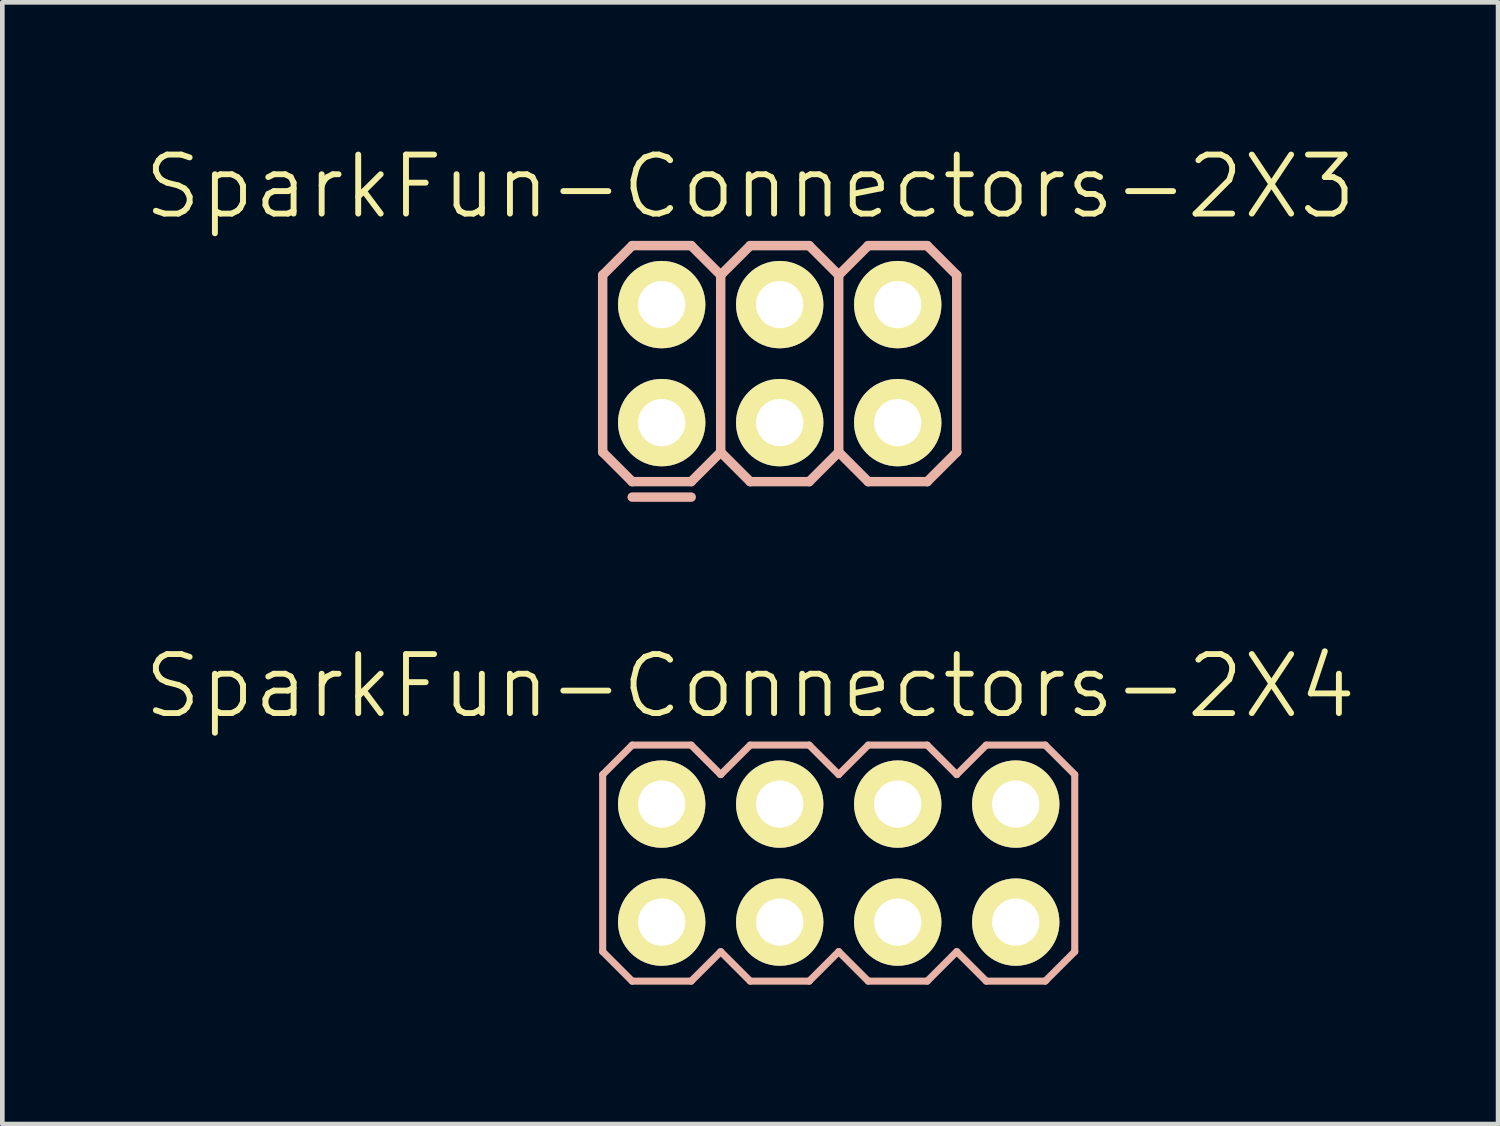
<source format=kicad_pcb>
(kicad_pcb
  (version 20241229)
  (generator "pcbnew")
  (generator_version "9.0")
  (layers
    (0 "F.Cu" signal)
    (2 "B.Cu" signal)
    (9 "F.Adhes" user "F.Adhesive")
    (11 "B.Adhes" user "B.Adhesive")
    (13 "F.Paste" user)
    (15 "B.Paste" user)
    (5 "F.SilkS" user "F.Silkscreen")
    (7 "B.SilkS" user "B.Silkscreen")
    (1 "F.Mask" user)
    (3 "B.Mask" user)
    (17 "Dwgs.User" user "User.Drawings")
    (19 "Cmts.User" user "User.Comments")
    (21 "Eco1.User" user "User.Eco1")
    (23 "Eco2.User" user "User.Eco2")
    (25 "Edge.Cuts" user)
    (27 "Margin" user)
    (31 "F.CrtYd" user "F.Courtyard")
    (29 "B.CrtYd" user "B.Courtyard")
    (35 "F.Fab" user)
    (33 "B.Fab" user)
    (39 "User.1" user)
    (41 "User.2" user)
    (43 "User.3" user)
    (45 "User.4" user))
  (footprint "SparkFun-Connectors-2X3"
    (layer "F.Cu")
    (at 11.191 6.046)
    (property "Reference" "SparkFun-Connectors-2X3" (at 1.905 -5.08 0) (layer "F.SilkS") (effects (font (size 1.27 1.27) (thickness 0.127))))
    (attr exclude_from_pos_files exclude_from_bom)
    (fp_line (start -0.254 -2.794) (end 0.254 -2.794) (stroke (width 0.066) (type solid)) (layer "F.SilkS"))
    (fp_line (start -0.254 -2.286) (end -0.254 -2.794) (stroke (width 0.066) (type solid)) (layer "F.SilkS"))
    (fp_line (start -0.254 -2.286) (end 0.254 -2.286) (stroke (width 0.066) (type solid)) (layer "F.SilkS"))
    (fp_line (start -0.254 -0.254) (end 0.254 -0.254) (stroke (width 0.066) (type solid)) (layer "F.SilkS"))
    (fp_line (start -0.254 0.254) (end -0.254 -0.254) (stroke (width 0.066) (type solid)) (layer "F.SilkS"))
    (fp_line (start -0.254 0.254) (end 0.254 0.254) (stroke (width 0.066) (type solid)) (layer "F.SilkS"))
    (fp_line (start 0.254 -2.286) (end 0.254 -2.794) (stroke (width 0.066) (type solid)) (layer "F.SilkS"))
    (fp_line (start 0.254 0.254) (end 0.254 -0.254) (stroke (width 0.066) (type solid)) (layer "F.SilkS"))
    (fp_line (start 2.286 -2.794) (end 2.794 -2.794) (stroke (width 0.066) (type solid)) (layer "F.SilkS"))
    (fp_line (start 2.286 -2.286) (end 2.286 -2.794) (stroke (width 0.066) (type solid)) (layer "F.SilkS"))
    (fp_line (start 2.286 -2.286) (end 2.794 -2.286) (stroke (width 0.066) (type solid)) (layer "F.SilkS"))
    (fp_line (start 2.286 -0.254) (end 2.794 -0.254) (stroke (width 0.066) (type solid)) (layer "F.SilkS"))
    (fp_line (start 2.286 0.254) (end 2.286 -0.254) (stroke (width 0.066) (type solid)) (layer "F.SilkS"))
    (fp_line (start 2.286 0.254) (end 2.794 0.254) (stroke (width 0.066) (type solid)) (layer "F.SilkS"))
    (fp_line (start 2.794 -2.286) (end 2.794 -2.794) (stroke (width 0.066) (type solid)) (layer "F.SilkS"))
    (fp_line (start 2.794 0.254) (end 2.794 -0.254) (stroke (width 0.066) (type solid)) (layer "F.SilkS"))
    (fp_line (start 4.826 -2.794) (end 5.334 -2.794) (stroke (width 0.066) (type solid)) (layer "F.SilkS"))
    (fp_line (start 4.826 -2.286) (end 4.826 -2.794) (stroke (width 0.066) (type solid)) (layer "F.SilkS"))
    (fp_line (start 4.826 -2.286) (end 5.334 -2.286) (stroke (width 0.066) (type solid)) (layer "F.SilkS"))
    (fp_line (start 4.826 -0.254) (end 5.334 -0.254) (stroke (width 0.066) (type solid)) (layer "F.SilkS"))
    (fp_line (start 4.826 0.254) (end 4.826 -0.254) (stroke (width 0.066) (type solid)) (layer "F.SilkS"))
    (fp_line (start 4.826 0.254) (end 5.334 0.254) (stroke (width 0.066) (type solid)) (layer "F.SilkS"))
    (fp_line (start 5.334 -2.286) (end 5.334 -2.794) (stroke (width 0.066) (type solid)) (layer "F.SilkS"))
    (fp_line (start 5.334 0.254) (end 5.334 -0.254) (stroke (width 0.066) (type solid)) (layer "F.SilkS"))
    (fp_line (start -1.27 -3.175) (end -0.635 -3.81) (stroke (width 0.203) (type solid)) (layer "B.SilkS"))
    (fp_line (start -1.27 0.635) (end -1.27 -3.175) (stroke (width 0.203) (type solid)) (layer "B.SilkS"))
    (fp_line (start -1.27 0.635) (end -0.635 1.27) (stroke (width 0.203) (type solid)) (layer "B.SilkS"))
    (fp_line (start -0.635 -3.81) (end 0.635 -3.81) (stroke (width 0.203) (type solid)) (layer "B.SilkS"))
    (fp_line (start -0.635 1.27) (end 0.635 1.27) (stroke (width 0.203) (type solid)) (layer "B.SilkS"))
    (fp_line (start 0.635 -3.81) (end 1.27 -3.175) (stroke (width 0.203) (type solid)) (layer "B.SilkS"))
    (fp_line (start 0.635 1.27) (end 1.27 0.635) (stroke (width 0.203) (type solid)) (layer "B.SilkS"))
    (fp_line (start 0.635 1.603) (end -0.635 1.603) (stroke (width 0.203) (type solid)) (layer "B.SilkS"))
    (fp_line (start 1.27 -3.175) (end 1.27 0.635) (stroke (width 0.203) (type solid)) (layer "B.SilkS"))
    (fp_line (start 1.27 -3.175) (end 1.905 -3.81) (stroke (width 0.203) (type solid)) (layer "B.SilkS"))
    (fp_line (start 1.27 0.635) (end 1.905 1.27) (stroke (width 0.203) (type solid)) (layer "B.SilkS"))
    (fp_line (start 1.905 -3.81) (end 3.175 -3.81) (stroke (width 0.203) (type solid)) (layer "B.SilkS"))
    (fp_line (start 1.905 1.27) (end 3.175 1.27) (stroke (width 0.203) (type solid)) (layer "B.SilkS"))
    (fp_line (start 3.175 -3.81) (end 3.81 -3.175) (stroke (width 0.203) (type solid)) (layer "B.SilkS"))
    (fp_line (start 3.175 1.27) (end 3.81 0.635) (stroke (width 0.203) (type solid)) (layer "B.SilkS"))
    (fp_line (start 3.81 -3.175) (end 3.81 0.635) (stroke (width 0.203) (type solid)) (layer "B.SilkS"))
    (fp_line (start 3.81 -3.175) (end 4.445 -3.81) (stroke (width 0.203) (type solid)) (layer "B.SilkS"))
    (fp_line (start 3.81 0.635) (end 4.445 1.27) (stroke (width 0.203) (type solid)) (layer "B.SilkS"))
    (fp_line (start 4.445 -3.81) (end 5.715 -3.81) (stroke (width 0.203) (type solid)) (layer "B.SilkS"))
    (fp_line (start 4.445 1.27) (end 5.715 1.27) (stroke (width 0.203) (type solid)) (layer "B.SilkS"))
    (fp_line (start 5.715 -3.81) (end 6.35 -3.175) (stroke (width 0.203) (type solid)) (layer "B.SilkS"))
    (fp_line (start 5.715 1.27) (end 6.35 0.635) (stroke (width 0.203) (type solid)) (layer "B.SilkS"))
    (fp_line (start 6.35 -3.175) (end 6.35 0.635) (stroke (width 0.203) (type solid)) (layer "B.SilkS"))
    (pad "1" thru_hole circle (at 0 0) (size 1.88 1.88) (drill 1.016) (layers "*.Cu" "F.Mask" "F.SilkS" "F.Paste"))
    (pad "2" thru_hole circle (at 0 -2.54) (size 1.88 1.88) (drill 1.016) (layers "*.Cu" "F.Mask" "F.SilkS" "F.Paste"))
    (pad "3" thru_hole circle (at 2.54 0) (size 1.88 1.88) (drill 1.016) (layers "*.Cu" "F.Mask" "F.SilkS" "F.Paste"))
    (pad "4" thru_hole circle (at 2.54 -2.54) (size 1.88 1.88) (drill 1.016) (layers "*.Cu" "F.Mask" "F.SilkS" "F.Paste"))
    (pad "5" thru_hole circle (at 5.08 0) (size 1.88 1.88) (drill 1.016) (layers "*.Cu" "F.Mask" "F.SilkS" "F.Paste"))
    (pad "6" thru_hole circle (at 5.08 -2.54) (size 1.88 1.88) (drill 1.016) (layers "*.Cu" "F.Mask" "F.SilkS" "F.Paste")))
  (footprint "SparkFun-Connectors-2X4"
    (layer "F.Cu")
    (at 15.001 15.526)
    (property "Reference" "SparkFun-Connectors-2X4" (at -1.905 -3.81 0) (layer "F.SilkS") (effects (font (size 1.27 1.27) (thickness 0.127))))
    (attr exclude_from_pos_files exclude_from_bom)
    (fp_line (start -4.064 -1.524) (end -3.556 -1.524) (stroke (width 0.066) (type solid)) (layer "F.SilkS"))
    (fp_line (start -4.064 -1.016) (end -4.064 -1.524) (stroke (width 0.066) (type solid)) (layer "F.SilkS"))
    (fp_line (start -4.064 -1.016) (end -3.556 -1.016) (stroke (width 0.066) (type solid)) (layer "F.SilkS"))
    (fp_line (start -4.064 1.016) (end -3.556 1.016) (stroke (width 0.066) (type solid)) (layer "F.SilkS"))
    (fp_line (start -4.064 1.524) (end -4.064 1.016) (stroke (width 0.066) (type solid)) (layer "F.SilkS"))
    (fp_line (start -4.064 1.524) (end -3.556 1.524) (stroke (width 0.066) (type solid)) (layer "F.SilkS"))
    (fp_line (start -3.556 -1.016) (end -3.556 -1.524) (stroke (width 0.066) (type solid)) (layer "F.SilkS"))
    (fp_line (start -3.556 1.524) (end -3.556 1.016) (stroke (width 0.066) (type solid)) (layer "F.SilkS"))
    (fp_line (start -1.524 -1.524) (end -1.016 -1.524) (stroke (width 0.066) (type solid)) (layer "F.SilkS"))
    (fp_line (start -1.524 -1.016) (end -1.524 -1.524) (stroke (width 0.066) (type solid)) (layer "F.SilkS"))
    (fp_line (start -1.524 -1.016) (end -1.016 -1.016) (stroke (width 0.066) (type solid)) (layer "F.SilkS"))
    (fp_line (start -1.524 1.016) (end -1.016 1.016) (stroke (width 0.066) (type solid)) (layer "F.SilkS"))
    (fp_line (start -1.524 1.524) (end -1.524 1.016) (stroke (width 0.066) (type solid)) (layer "F.SilkS"))
    (fp_line (start -1.524 1.524) (end -1.016 1.524) (stroke (width 0.066) (type solid)) (layer "F.SilkS"))
    (fp_line (start -1.016 -1.016) (end -1.016 -1.524) (stroke (width 0.066) (type solid)) (layer "F.SilkS"))
    (fp_line (start -1.016 1.524) (end -1.016 1.016) (stroke (width 0.066) (type solid)) (layer "F.SilkS"))
    (fp_line (start 1.016 -1.524) (end 1.524 -1.524) (stroke (width 0.066) (type solid)) (layer "F.SilkS"))
    (fp_line (start 1.016 -1.016) (end 1.016 -1.524) (stroke (width 0.066) (type solid)) (layer "F.SilkS"))
    (fp_line (start 1.016 -1.016) (end 1.524 -1.016) (stroke (width 0.066) (type solid)) (layer "F.SilkS"))
    (fp_line (start 1.016 1.016) (end 1.524 1.016) (stroke (width 0.066) (type solid)) (layer "F.SilkS"))
    (fp_line (start 1.016 1.524) (end 1.016 1.016) (stroke (width 0.066) (type solid)) (layer "F.SilkS"))
    (fp_line (start 1.016 1.524) (end 1.524 1.524) (stroke (width 0.066) (type solid)) (layer "F.SilkS"))
    (fp_line (start 1.524 -1.016) (end 1.524 -1.524) (stroke (width 0.066) (type solid)) (layer "F.SilkS"))
    (fp_line (start 1.524 1.524) (end 1.524 1.016) (stroke (width 0.066) (type solid)) (layer "F.SilkS"))
    (fp_line (start 3.556 -1.524) (end 4.064 -1.524) (stroke (width 0.066) (type solid)) (layer "F.SilkS"))
    (fp_line (start 3.556 -1.016) (end 3.556 -1.524) (stroke (width 0.066) (type solid)) (layer "F.SilkS"))
    (fp_line (start 3.556 -1.016) (end 4.064 -1.016) (stroke (width 0.066) (type solid)) (layer "F.SilkS"))
    (fp_line (start 3.556 1.016) (end 4.064 1.016) (stroke (width 0.066) (type solid)) (layer "F.SilkS"))
    (fp_line (start 3.556 1.524) (end 3.556 1.016) (stroke (width 0.066) (type solid)) (layer "F.SilkS"))
    (fp_line (start 3.556 1.524) (end 4.064 1.524) (stroke (width 0.066) (type solid)) (layer "F.SilkS"))
    (fp_line (start 4.064 -1.016) (end 4.064 -1.524) (stroke (width 0.066) (type solid)) (layer "F.SilkS"))
    (fp_line (start 4.064 1.524) (end 4.064 1.016) (stroke (width 0.066) (type solid)) (layer "F.SilkS"))
    (fp_line (start -5.08 -1.905) (end -4.445 -2.54) (stroke (width 0.152) (type solid)) (layer "B.SilkS"))
    (fp_line (start -5.08 1.905) (end -5.08 -1.905) (stroke (width 0.152) (type solid)) (layer "B.SilkS"))
    (fp_line (start -5.08 1.905) (end -4.445 2.54) (stroke (width 0.152) (type solid)) (layer "B.SilkS"))
    (fp_line (start -4.445 -2.54) (end -3.175 -2.54) (stroke (width 0.152) (type solid)) (layer "B.SilkS"))
    (fp_line (start -4.445 2.54) (end -3.175 2.54) (stroke (width 0.152) (type solid)) (layer "B.SilkS"))
    (fp_line (start -3.175 -2.54) (end -2.54 -1.905) (stroke (width 0.152) (type solid)) (layer "B.SilkS"))
    (fp_line (start -3.175 2.54) (end -2.54 1.905) (stroke (width 0.152) (type solid)) (layer "B.SilkS"))
    (fp_line (start -2.54 -1.905) (end -1.905 -2.54) (stroke (width 0.152) (type solid)) (layer "B.SilkS"))
    (fp_line (start -2.54 1.905) (end -1.905 2.54) (stroke (width 0.152) (type solid)) (layer "B.SilkS"))
    (fp_line (start -1.905 -2.54) (end -0.635 -2.54) (stroke (width 0.152) (type solid)) (layer "B.SilkS"))
    (fp_line (start -1.905 2.54) (end -0.635 2.54) (stroke (width 0.152) (type solid)) (layer "B.SilkS"))
    (fp_line (start -0.635 -2.54) (end 0 -1.905) (stroke (width 0.152) (type solid)) (layer "B.SilkS"))
    (fp_line (start -0.635 2.54) (end 0 1.905) (stroke (width 0.152) (type solid)) (layer "B.SilkS"))
    (fp_line (start 0 -1.905) (end 0.635 -2.54) (stroke (width 0.152) (type solid)) (layer "B.SilkS"))
    (fp_line (start 0 1.905) (end 0.635 2.54) (stroke (width 0.152) (type solid)) (layer "B.SilkS"))
    (fp_line (start 0.635 -2.54) (end 1.905 -2.54) (stroke (width 0.152) (type solid)) (layer "B.SilkS"))
    (fp_line (start 0.635 2.54) (end 1.905 2.54) (stroke (width 0.152) (type solid)) (layer "B.SilkS"))
    (fp_line (start 1.905 -2.54) (end 2.54 -1.905) (stroke (width 0.152) (type solid)) (layer "B.SilkS"))
    (fp_line (start 1.905 2.54) (end 2.54 1.905) (stroke (width 0.152) (type solid)) (layer "B.SilkS"))
    (fp_line (start 2.54 -1.905) (end 3.175 -2.54) (stroke (width 0.152) (type solid)) (layer "B.SilkS"))
    (fp_line (start 2.54 1.905) (end 3.175 2.54) (stroke (width 0.152) (type solid)) (layer "B.SilkS"))
    (fp_line (start 3.175 -2.54) (end 4.445 -2.54) (stroke (width 0.152) (type solid)) (layer "B.SilkS"))
    (fp_line (start 3.175 2.54) (end 4.445 2.54) (stroke (width 0.152) (type solid)) (layer "B.SilkS"))
    (fp_line (start 4.445 -2.54) (end 5.08 -1.905) (stroke (width 0.152) (type solid)) (layer "B.SilkS"))
    (fp_line (start 4.445 2.54) (end 5.08 1.905) (stroke (width 0.152) (type solid)) (layer "B.SilkS"))
    (fp_line (start 5.08 -1.905) (end 5.08 1.905) (stroke (width 0.152) (type solid)) (layer "B.SilkS"))
    (pad "1" thru_hole circle (at -3.81 1.27) (size 1.88 1.88) (drill 1.016) (layers "*.Cu" "F.Mask" "F.SilkS" "F.Paste"))
    (pad "2" thru_hole circle (at -3.81 -1.27) (size 1.88 1.88) (drill 1.016) (layers "*.Cu" "F.Mask" "F.SilkS" "F.Paste"))
    (pad "3" thru_hole circle (at -1.27 1.27) (size 1.88 1.88) (drill 1.016) (layers "*.Cu" "F.Mask" "F.SilkS" "F.Paste"))
    (pad "4" thru_hole circle (at -1.27 -1.27) (size 1.88 1.88) (drill 1.016) (layers "*.Cu" "F.Mask" "F.SilkS" "F.Paste"))
    (pad "5" thru_hole circle (at 1.27 1.27) (size 1.88 1.88) (drill 1.016) (layers "*.Cu" "F.Mask" "F.SilkS" "F.Paste"))
    (pad "6" thru_hole circle (at 1.27 -1.27) (size 1.88 1.88) (drill 1.016) (layers "*.Cu" "F.Mask" "F.SilkS" "F.Paste"))
    (pad "7" thru_hole circle (at 3.81 1.27) (size 1.88 1.88) (drill 1.016) (layers "*.Cu" "F.Mask" "F.SilkS" "F.Paste"))
    (pad "8" thru_hole circle (at 3.81 -1.27) (size 1.88 1.88) (drill 1.016) (layers "*.Cu" "F.Mask" "F.SilkS" "F.Paste")))
  (gr_rect
    (start -3 -3)
    (end 29.192 21.142)
    (stroke (width 0.1) (type default))
    (fill no)
    (layer "Edge.Cuts")))
</source>
